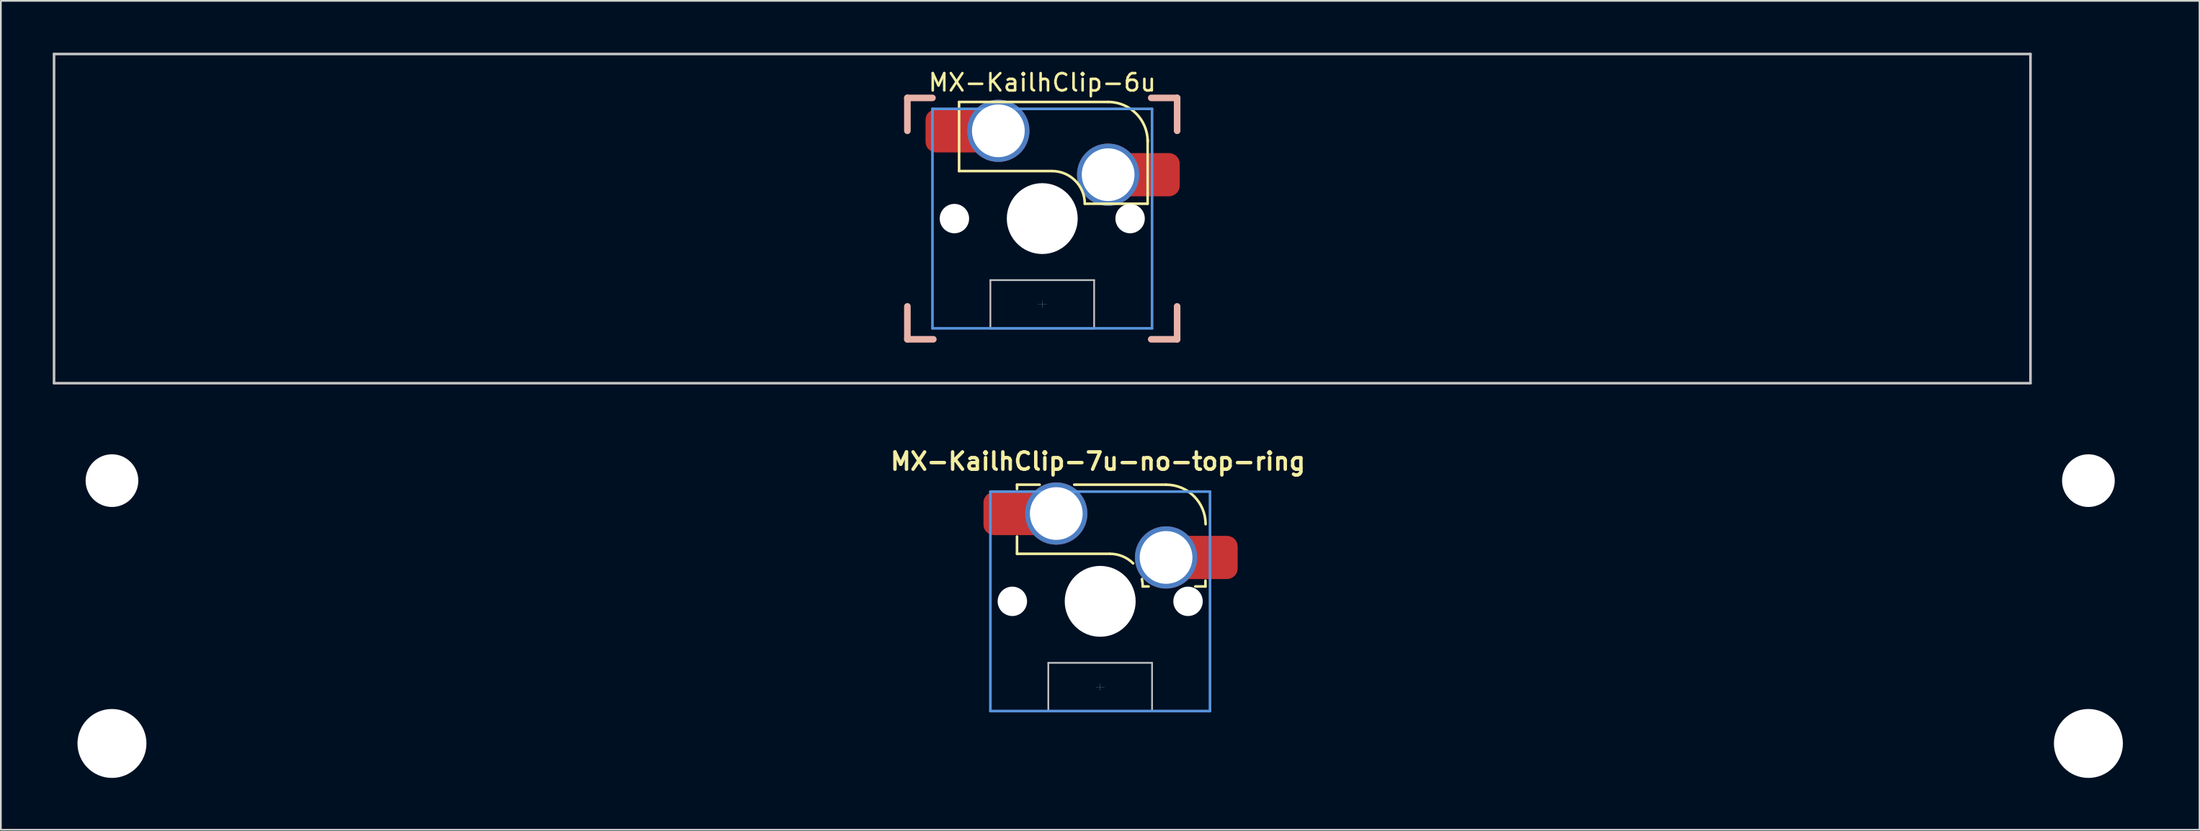
<source format=kicad_pcb>
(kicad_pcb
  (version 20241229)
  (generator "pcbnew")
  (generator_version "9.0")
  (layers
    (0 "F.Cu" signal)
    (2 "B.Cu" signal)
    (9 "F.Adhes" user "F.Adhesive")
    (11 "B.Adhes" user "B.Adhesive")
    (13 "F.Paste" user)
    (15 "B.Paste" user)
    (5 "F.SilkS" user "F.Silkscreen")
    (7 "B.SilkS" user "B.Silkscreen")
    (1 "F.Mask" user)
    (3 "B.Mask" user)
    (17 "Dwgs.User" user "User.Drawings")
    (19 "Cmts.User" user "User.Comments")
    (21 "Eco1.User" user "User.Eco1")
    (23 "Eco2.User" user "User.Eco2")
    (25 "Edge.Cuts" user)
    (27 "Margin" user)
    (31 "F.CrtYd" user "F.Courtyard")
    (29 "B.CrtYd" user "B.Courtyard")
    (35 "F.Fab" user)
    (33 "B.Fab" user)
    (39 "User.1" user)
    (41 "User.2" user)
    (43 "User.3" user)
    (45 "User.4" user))
  (footprint "MX-KailhClip-6u"
    (layer "F.Cu")
    (at 57.225 9.6)
    (property "Reference" "MX-KailhClip-6u" (at 0 -7.874 0) (layer "F.SilkS") (effects (font (size 1 1) (thickness 0.15))))
    (fp_line (start -4.81 -6.75) (end -4.81 -2.75) (stroke (width 0.15) (type solid)) (layer "F.SilkS"))
    (fp_line (start -4.81 -6.75) (end 3.81 -6.75) (stroke (width 0.15) (type solid)) (layer "F.SilkS"))
    (fp_line (start -4.81 -2.75) (end 0.55 -2.75) (stroke (width 0.15) (type solid)) (layer "F.SilkS"))
    (fp_line (start 6.088 -0.86) (end 2.46 -0.86) (stroke (width 0.15) (type solid)) (layer "F.SilkS"))
    (fp_line (start 6.096 -4.572) (end 6.096 -0.86) (stroke (width 0.15) (type solid)) (layer "F.SilkS"))
    (fp_arc (start 0.57 -2.75) (mid 1.906432 -2.196432) (end 2.46 -0.86) (stroke (width 0.15) (type solid)) (layer "F.SilkS"))
    (fp_arc (start 3.81 -6.751) (mid 5.426446 -6.081446) (end 6.096 -4.465) (stroke (width 0.15) (type solid)) (layer "F.SilkS"))
    (fp_line (start -7.8 -6.985) (end -6.35 -6.985) (stroke (width 0.381) (type solid)) (layer "B.SilkS"))
    (fp_line (start -7.8 -5.08) (end -7.8 -6.985) (stroke (width 0.381) (type solid)) (layer "B.SilkS"))
    (fp_line (start -7.8 6.985) (end -7.8 5.08) (stroke (width 0.381) (type solid)) (layer "B.SilkS"))
    (fp_line (start -6.3 6.985) (end -7.8 6.985) (stroke (width 0.381) (type solid)) (layer "B.SilkS"))
    (fp_line (start 6.3 -6.985) (end 7.8 -6.985) (stroke (width 0.381) (type solid)) (layer "B.SilkS"))
    (fp_line (start 7.8 -6.985) (end 7.8 -5.08) (stroke (width 0.381) (type solid)) (layer "B.SilkS"))
    (fp_line (start 7.8 5.08) (end 7.8 6.985) (stroke (width 0.381) (type solid)) (layer "B.SilkS"))
    (fp_line (start 7.8 6.985) (end 6.3 6.985) (stroke (width 0.381) (type solid)) (layer "B.SilkS"))
    (fp_line (start -57.15 -9.525) (end 57.15 -9.525) (stroke (width 0.15) (type solid)) (layer "Dwgs.User"))
    (fp_line (start -57.15 9.525) (end -57.15 -9.525) (stroke (width 0.15) (type solid)) (layer "Dwgs.User"))
    (fp_line (start -9.55 0) (end -9.5 -0.1) (stroke (width 0.001) (type solid)) (layer "Dwgs.User"))
    (fp_line (start -9.55 0) (end -9.5 0.1) (stroke (width 0.001) (type solid)) (layer "Dwgs.User"))
    (fp_line (start -9.5 -9.5) (end 9.5 -9.5) (stroke (width 0.001) (type solid)) (layer "Dwgs.User"))
    (fp_line (start -9.5 0) (end -9.55 0) (stroke (width 0.001) (type solid)) (layer "Dwgs.User"))
    (fp_line (start -9.5 9.5) (end -9.5 -9.5) (stroke (width 0.001) (type solid)) (layer "Dwgs.User"))
    (fp_line (start -3 3.56) (end -3 6.36) (stroke (width 0.1) (type solid)) (layer "Dwgs.User"))
    (fp_line (start -3 3.56) (end 3 3.56) (stroke (width 0.1) (type solid)) (layer "Dwgs.User"))
    (fp_line (start -0.25 4.96) (end 0.25 4.96) (stroke (width 0.01) (type solid)) (layer "Dwgs.User"))
    (fp_line (start 0 -9.55) (end -0.1 -9.5) (stroke (width 0.001) (type solid)) (layer "Dwgs.User"))
    (fp_line (start 0 -9.55) (end 0.1 -9.5) (stroke (width 0.001) (type solid)) (layer "Dwgs.User"))
    (fp_line (start 0 -9.5) (end 0 -9.55) (stroke (width 0.001) (type solid)) (layer "Dwgs.User"))
    (fp_line (start 0 5.16) (end 0 4.76) (stroke (width 0.01) (type solid)) (layer "Dwgs.User"))
    (fp_line (start 0 9.5) (end 0 9.55) (stroke (width 0.001) (type solid)) (layer "Dwgs.User"))
    (fp_line (start 0 9.55) (end -0.1 9.5) (stroke (width 0.001) (type solid)) (layer "Dwgs.User"))
    (fp_line (start 0 9.55) (end 0.1 9.5) (stroke (width 0.001) (type solid)) (layer "Dwgs.User"))
    (fp_line (start 3 3.56) (end 3 6.36) (stroke (width 0.1) (type solid)) (layer "Dwgs.User"))
    (fp_line (start 3 6.36) (end -3 6.36) (stroke (width 0.1) (type solid)) (layer "Dwgs.User"))
    (fp_line (start 9.5 -9.5) (end 9.5 9.5) (stroke (width 0.001) (type solid)) (layer "Dwgs.User"))
    (fp_line (start 9.5 0) (end 9.55 0) (stroke (width 0.001) (type solid)) (layer "Dwgs.User"))
    (fp_line (start 9.5 9.5) (end -9.5 9.5) (stroke (width 0.001) (type solid)) (layer "Dwgs.User"))
    (fp_line (start 9.55 0) (end 9.5 -0.1) (stroke (width 0.001) (type solid)) (layer "Dwgs.User"))
    (fp_line (start 9.55 0) (end 9.5 0.1) (stroke (width 0.001) (type solid)) (layer "Dwgs.User"))
    (fp_line (start 57.15 -9.525) (end 57.15 9.525) (stroke (width 0.15) (type solid)) (layer "Dwgs.User"))
    (fp_line (start 57.15 9.525) (end -57.15 9.525) (stroke (width 0.15) (type solid)) (layer "Dwgs.User"))
    (fp_line (start -6.35 -6.35) (end 6.35 -6.35) (stroke (width 0.152) (type solid)) (layer "Cmts.User"))
    (fp_line (start -6.35 6.35) (end -6.35 -6.35) (stroke (width 0.152) (type solid)) (layer "Cmts.User"))
    (fp_line (start 0 1) (end 0 -1) (stroke (width 0.001) (type solid)) (layer "Cmts.User"))
    (fp_line (start 1 0) (end -1 0) (stroke (width 0.001) (type solid)) (layer "Cmts.User"))
    (fp_line (start 6.35 -6.35) (end 6.35 6.35) (stroke (width 0.152) (type solid)) (layer "Cmts.User"))
    (fp_line (start 6.35 6.35) (end -6.35 6.35) (stroke (width 0.152) (type solid)) (layer "Cmts.User"))
    (fp_line (start -7.8 -6.985) (end 7.8 -6.985) (stroke (width 0.152) (type solid)) (layer "Eco1.User"))
    (fp_line (start -7.8 6.985) (end -7.8 -6.985) (stroke (width 0.152) (type solid)) (layer "Eco1.User"))
    (fp_line (start 7.8 -6.985) (end 7.8 6.985) (stroke (width 0.152) (type solid)) (layer "Eco1.User"))
    (fp_line (start 7.8 6.985) (end -7.8 6.985) (stroke (width 0.152) (type solid)) (layer "Eco1.User"))
    (fp_line (start -7 -7) (end 7 -7) (stroke (width 0.01) (type solid)) (layer "Eco2.User"))
    (fp_line (start -7 7) (end -7 -7) (stroke (width 0.01) (type solid)) (layer "Eco2.User"))
    (fp_line (start 7 -7) (end 7 7) (stroke (width 0.01) (type solid)) (layer "Eco2.User"))
    (fp_line (start 7 7) (end -7 7) (stroke (width 0.01) (type solid)) (layer "Eco2.User"))
    (pad "" np_thru_hole circle (at -5.08 0) (size 1.7 1.7) (drill 1.7) (layers "*.Cu" "*.Mask"))
    (pad "" np_thru_hole circle (at 0 0) (size 4.1 4.1) (drill 4.1) (layers "*.Cu" "*.Mask"))
    (pad "" np_thru_hole circle (at 5.08 0) (size 1.7 1.7) (drill 1.7) (layers "*.Cu" "*.Mask"))
    (pad "1" smd roundrect (at -5.7 -5.075) (size 2.05 2.4) (layers "F.Cu" "F.Mask" "F.Paste") (roundrect_rratio 0.25))
    (pad "1" smd roundrect (at -5 -5.08) (size 3.5 2.5) (layers "F.Cu") (roundrect_rratio 0.25))
    (pad "1" thru_hole circle (at -2.54 -5.08) (size 3.6 3.6) (drill 3.05) (layers "*.Cu" "F.Mask"))
    (pad "2" thru_hole circle (at 3.81 -2.54) (size 3.6 3.6) (drill 3.05) (layers "*.Cu" "F.Mask"))
    (pad "2" smd roundrect (at 6.2 -2.54) (size 3.5 2.5) (layers "F.Cu") (roundrect_rratio 0.25))
    (pad "2" smd roundrect (at 6.9 -2.54) (size 2.05 2.4) (layers "F.Cu" "F.Mask" "F.Paste") (roundrect_rratio 0.25)))
  (footprint "MX-KailhClip-7u-no-top-ring"
    (layer "F.Cu")
    (at 60.575 31.75)
    (property "Reference" "MX-KailhClip-7u-no-top-ring" (at -0.13 -8.1 0) (layer "F.SilkS") (effects (font (size 1 1) (thickness 0.2))))
    (attr smd)
    (fp_line (start -4.81 -6.75) (end -4.81 -6.5) (stroke (width 0.15) (type solid)) (layer "F.SilkS"))
    (fp_line (start -4.81 -6.75) (end -3.5 -6.75) (stroke (width 0.15) (type solid)) (layer "F.SilkS"))
    (fp_line (start -4.81 -3.75) (end -4.81 -2.75) (stroke (width 0.15) (type solid)) (layer "F.SilkS"))
    (fp_line (start -4.81 -2.75) (end 0.55 -2.75) (stroke (width 0.15) (type solid)) (layer "F.SilkS"))
    (fp_line (start -1.5 -6.75) (end 3.81 -6.75) (stroke (width 0.15) (type solid)) (layer "F.SilkS"))
    (fp_line (start 2.8 -0.86) (end 2.46 -0.86) (stroke (width 0.15) (type solid)) (layer "F.SilkS"))
    (fp_line (start 6.088 -1.2) (end 6.088 -0.86) (stroke (width 0.15) (type solid)) (layer "F.SilkS"))
    (fp_line (start 6.088 -0.86) (end 5.5 -0.86) (stroke (width 0.15) (type solid)) (layer "F.SilkS"))
    (fp_arc (start 0.57 -2.75) (mid 1.293272 -2.606132) (end 1.906432 -2.196432) (stroke (width 0.15) (type solid)) (layer "F.SilkS"))
    (fp_arc (start 2.412003 -1.288719) (mid 2.447963 -1.075699) (end 2.46 -0.86) (stroke (width 0.15) (type solid)) (layer "F.SilkS"))
    (fp_arc (start 3.81 -6.751) (mid 5.426446 -6.081446) (end 6.096 -4.465) (stroke (width 0.15) (type solid)) (layer "F.SilkS"))
    (fp_line (start -9.55 0) (end -9.5 -0.1) (stroke (width 0.001) (type solid)) (layer "Dwgs.User"))
    (fp_line (start -9.55 0) (end -9.5 0.1) (stroke (width 0.001) (type solid)) (layer "Dwgs.User"))
    (fp_line (start -9.5 -9.5) (end 9.5 -9.5) (stroke (width 0.001) (type solid)) (layer "Dwgs.User"))
    (fp_line (start -9.5 0) (end -9.55 0) (stroke (width 0.001) (type solid)) (layer "Dwgs.User"))
    (fp_line (start -9.5 9.5) (end -9.5 -9.5) (stroke (width 0.001) (type solid)) (layer "Dwgs.User"))
    (fp_line (start -3 3.56) (end -3 6.36) (stroke (width 0.1) (type solid)) (layer "Dwgs.User"))
    (fp_line (start -3 3.56) (end 3 3.56) (stroke (width 0.1) (type solid)) (layer "Dwgs.User"))
    (fp_line (start -0.25 4.96) (end 0.25 4.96) (stroke (width 0.01) (type solid)) (layer "Dwgs.User"))
    (fp_line (start 0 -9.55) (end -0.1 -9.5) (stroke (width 0.001) (type solid)) (layer "Dwgs.User"))
    (fp_line (start 0 -9.55) (end 0.1 -9.5) (stroke (width 0.001) (type solid)) (layer "Dwgs.User"))
    (fp_line (start 0 -9.5) (end 0 -9.55) (stroke (width 0.001) (type solid)) (layer "Dwgs.User"))
    (fp_line (start 0 5.16) (end 0 4.76) (stroke (width 0.01) (type solid)) (layer "Dwgs.User"))
    (fp_line (start 0 9.5) (end 0 9.55) (stroke (width 0.001) (type solid)) (layer "Dwgs.User"))
    (fp_line (start 0 9.55) (end -0.1 9.5) (stroke (width 0.001) (type solid)) (layer "Dwgs.User"))
    (fp_line (start 0 9.55) (end 0.1 9.5) (stroke (width 0.001) (type solid)) (layer "Dwgs.User"))
    (fp_line (start 3 3.56) (end 3 6.36) (stroke (width 0.1) (type solid)) (layer "Dwgs.User"))
    (fp_line (start 3 6.36) (end -3 6.36) (stroke (width 0.1) (type solid)) (layer "Dwgs.User"))
    (fp_line (start 9.5 -9.5) (end 9.5 9.5) (stroke (width 0.001) (type solid)) (layer "Dwgs.User"))
    (fp_line (start 9.5 0) (end 9.55 0) (stroke (width 0.001) (type solid)) (layer "Dwgs.User"))
    (fp_line (start 9.5 9.5) (end -9.5 9.5) (stroke (width 0.001) (type solid)) (layer "Dwgs.User"))
    (fp_line (start 9.55 0) (end 9.5 -0.1) (stroke (width 0.001) (type solid)) (layer "Dwgs.User"))
    (fp_line (start 9.55 0) (end 9.5 0.1) (stroke (width 0.001) (type solid)) (layer "Dwgs.User"))
    (fp_line (start -6.35 -6.35) (end 6.35 -6.35) (stroke (width 0.152) (type solid)) (layer "Cmts.User"))
    (fp_line (start -6.35 6.35) (end -6.35 -6.35) (stroke (width 0.152) (type solid)) (layer "Cmts.User"))
    (fp_line (start 0 1) (end 0 -1) (stroke (width 0.001) (type solid)) (layer "Cmts.User"))
    (fp_line (start 1 0) (end -1 0) (stroke (width 0.001) (type solid)) (layer "Cmts.User"))
    (fp_line (start 6.35 -6.35) (end 6.35 6.35) (stroke (width 0.152) (type solid)) (layer "Cmts.User"))
    (fp_line (start 6.35 6.35) (end -6.35 6.35) (stroke (width 0.152) (type solid)) (layer "Cmts.User"))
    (fp_line (start -60.525 -5.53) (end -60.525 6.77) (stroke (width 0.1) (type solid)) (layer "Eco1.User"))
    (fp_line (start -60.525 6.77) (end -53.775 6.77) (stroke (width 0.1) (type solid)) (layer "Eco1.User"))
    (fp_line (start -53.775 -5.53) (end -60.525 -5.53) (stroke (width 0.1) (type solid)) (layer "Eco1.User"))
    (fp_line (start -53.775 6.77) (end -53.775 -5.53) (stroke (width 0.1) (type solid)) (layer "Eco1.User"))
    (fp_line (start -7.8 -6.985) (end 7.8 -6.985) (stroke (width 0.152) (type solid)) (layer "Eco1.User"))
    (fp_line (start -7.8 6.985) (end -7.8 -6.985) (stroke (width 0.152) (type solid)) (layer "Eco1.User"))
    (fp_line (start 7.8 -6.985) (end 7.8 6.985) (stroke (width 0.152) (type solid)) (layer "Eco1.User"))
    (fp_line (start 7.8 6.985) (end -7.8 6.985) (stroke (width 0.152) (type solid)) (layer "Eco1.User"))
    (fp_line (start 53.775 -5.53) (end 53.775 6.77) (stroke (width 0.1) (type solid)) (layer "Eco1.User"))
    (fp_line (start 53.775 6.77) (end 60.525 6.77) (stroke (width 0.1) (type solid)) (layer "Eco1.User"))
    (fp_line (start 60.525 -5.53) (end 53.775 -5.53) (stroke (width 0.1) (type solid)) (layer "Eco1.User"))
    (fp_line (start 60.525 6.77) (end 60.525 -5.53) (stroke (width 0.1) (type solid)) (layer "Eco1.User"))
    (fp_line (start -7 -7) (end 7 -7) (stroke (width 0.01) (type solid)) (layer "Eco2.User"))
    (fp_line (start -7 7) (end -7 -7) (stroke (width 0.01) (type solid)) (layer "Eco2.User"))
    (fp_line (start 7 -7) (end 7 7) (stroke (width 0.01) (type solid)) (layer "Eco2.User"))
    (fp_line (start 7 7) (end -7 7) (stroke (width 0.01) (type solid)) (layer "Eco2.User"))
    (pad "" np_thru_hole circle (at -57.15 -6.985) (size 3.048 3.048) (drill 3.048) (layers "*.Cu" "*.Mask"))
    (pad "" np_thru_hole circle (at -57.15 8.225) (size 3.988 3.988) (drill 3.988) (layers "*.Cu" "*.Mask"))
    (pad "" np_thru_hole circle (at -5.08 0) (size 1.7 1.7) (drill 1.7) (layers "*.Cu" "*.Mask"))
    (pad "" np_thru_hole circle (at 0 0) (size 4.1 4.1) (drill 4.1) (layers "*.Cu" "*.Mask"))
    (pad "" np_thru_hole circle (at 5.08 0) (size 1.7 1.7) (drill 1.7) (layers "*.Cu" "*.Mask"))
    (pad "" np_thru_hole circle (at 57.15 -6.985) (size 3.048 3.048) (drill 3.048) (layers "*.Cu" "*.Mask"))
    (pad "" np_thru_hole circle (at 57.15 8.225) (size 3.988 3.988) (drill 3.988) (layers "*.Cu" "*.Mask"))
    (pad "1" smd roundrect (at -5.7 -5.075) (size 2.05 2.4) (layers "F.Cu" "F.Mask" "F.Paste") (roundrect_rratio 0.25))
    (pad "1" smd roundrect (at -5 -5.08) (size 3.5 2.5) (layers "F.Cu") (roundrect_rratio 0.25))
    (pad "1" thru_hole circle (at -2.54 -5.08) (size 3.6 3.6) (drill 3.05) (layers "*.Cu" "F.Mask"))
    (pad "2" thru_hole circle (at 3.81 -2.54) (size 3.6 3.6) (drill 3.05) (layers "*.Cu" "F.Mask"))
    (pad "2" smd roundrect (at 6.2 -2.54) (size 3.5 2.5) (layers "F.Cu") (roundrect_rratio 0.25))
    (pad "2" smd roundrect (at 6.9 -2.54) (size 2.05 2.4) (layers "F.Cu" "F.Mask" "F.Paste") (roundrect_rratio 0.25)))
  (gr_rect
    (start -3 -3)
    (end 124.15 44.969)
    (stroke (width 0.1) (type default))
    (fill no)
    (layer "Edge.Cuts")))
</source>
